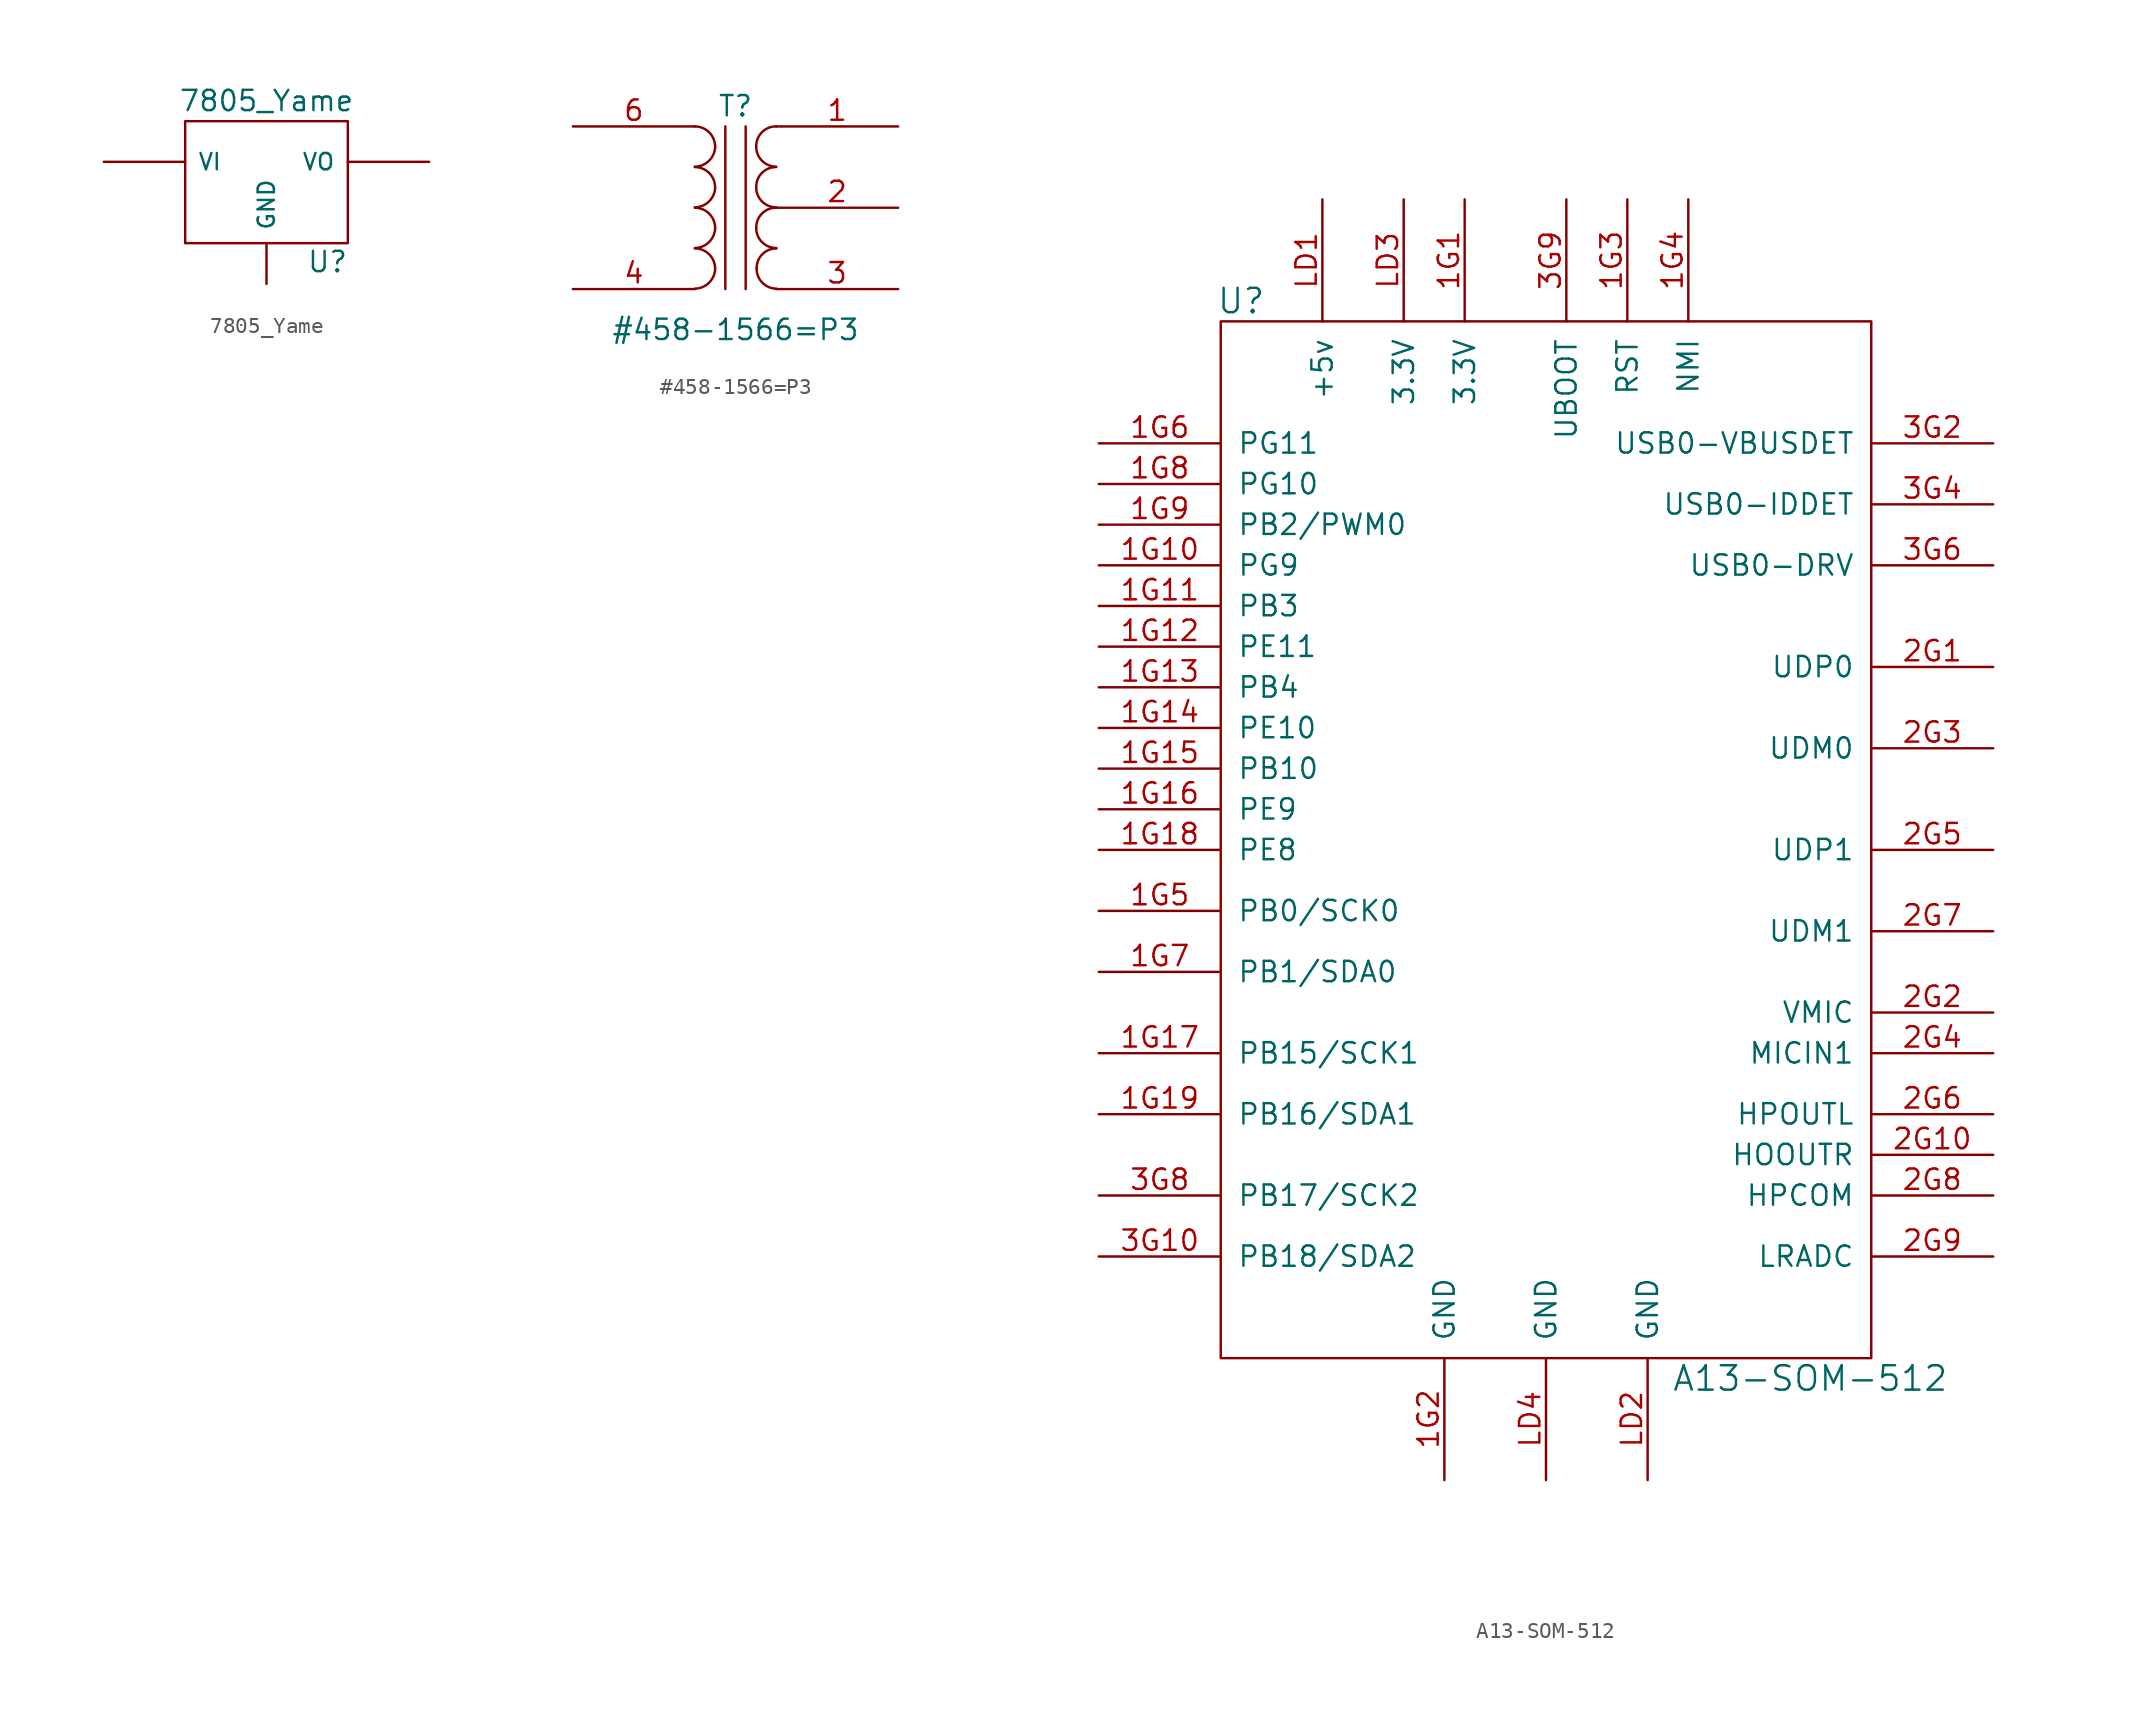
<source format=kicad_sym>
(kicad_symbol_lib
  (version 20211014)
  (generator kicad_symbol_editor)
  (symbol "7805_Yame"
    (pin_numbers hide)
    (pin_names
      (offset 0.762))
    (property "Reference" "U"
      (at 3.81 -4.978 0)
      (effects (font (size 1.27 1.27))))
    (property "Value" "7805_Yame"
      (at 0 5.08 0)
      (effects (font (size 1.27 1.27))))
    (property "Footprint" ""
      (at 0 0 0)
      (effects (font (size 1.27 1.27))))
    (property "Datasheet" ""
      (at 0 0 0)
      (effects (font (size 1.27 1.27))))
    (symbol "7805_Yame_0_1"
      (rectangle (start -5.08 -3.81) (end 5.08 3.81) (stroke (width 0) (type default) (color 0 0 0 0)) (fill (type none))))
    (symbol "7805_Yame_1_1"
      (pin input line (at -10.16 1.27 0) (length 5.08) (name "VI" (effects (font (size 1.016 1.016)))) (number "1" (effects (font (size 1.016 1.016)))))
      (pin input line (at 0 -6.35 90) (length 2.54) (name "GND" (effects (font (size 1.016 1.016)))) (number "2" (effects (font (size 1.016 1.016)))))
      (pin power_out line (at 10.16 1.27 180) (length 5.08) (name "VO" (effects (font (size 1.016 1.016)))) (number "3" (effects (font (size 1.016 1.016)))))))
  (symbol "#458-1566=P3"
    (pin_names
      (offset 1.016) hide)
    (property "Reference" "T"
      (at 0 6.35 0)
      (effects (font (size 1.27 1.27))))
    (property "Value" "#458-1566=P3"
      (at 0 -7.62 0)
      (effects (font (size 1.27 1.27))))
    (symbol "#458-1566=P3_0_1"
      (arc (start -2.54 -5.0546) (mid -1.6561 -4.6863) (end -1.27 -3.81) (stroke (width 0) (type default) (color 0 0 0 0)) (fill (type none)))
      (arc (start -2.54 -2.5146) (mid -1.6561 -2.1463) (end -1.27 -1.27) (stroke (width 0) (type default) (color 0 0 0 0)) (fill (type none)))
      (arc (start -2.54 0.0254) (mid -1.6561 0.3937) (end -1.27 1.27) (stroke (width 0) (type default) (color 0 0 0 0)) (fill (type none)))
      (arc (start -2.54 2.5654) (mid -1.6561 2.9337) (end -1.27 3.81) (stroke (width 0) (type default) (color 0 0 0 0)) (fill (type none)))
      (arc (start -1.27 -3.81) (mid -1.642 -2.912) (end -2.54 -2.54) (stroke (width 0) (type default) (color 0 0 0 0)) (fill (type none)))
      (arc (start -1.27 -1.27) (mid -1.642 -0.372) (end -2.54 0) (stroke (width 0) (type default) (color 0 0 0 0)) (fill (type none)))
      (arc (start -1.27 1.27) (mid -1.642 2.168) (end -2.54 2.54) (stroke (width 0) (type default) (color 0 0 0 0)) (fill (type none)))
      (arc (start -1.27 3.81) (mid -1.642 4.708) (end -2.54 5.08) (stroke (width 0) (type default) (color 0 0 0 0)) (fill (type none)))
      (polyline (pts (xy -0.635 5.08) (xy -0.635 -5.08)) (stroke (width 0) (type default) (color 0 0 0 0)) (fill (type none)))
      (polyline (pts (xy 0.635 -5.08) (xy 0.635 5.08)) (stroke (width 0) (type default) (color 0 0 0 0)) (fill (type none)))
      (arc (start 1.2954 -1.27) (mid 1.6599 -2.1501) (end 2.54 -2.5146) (stroke (width 0) (type default) (color 0 0 0 0)) (fill (type none)))
      (arc (start 1.2954 1.27) (mid 1.6599 0.3899) (end 2.54 0.0254) (stroke (width 0) (type default) (color 0 0 0 0)) (fill (type none)))
      (arc (start 1.2954 3.81) (mid 1.6599 2.9299) (end 2.54 2.5654) (stroke (width 0) (type default) (color 0 0 0 0)) (fill (type none)))
      (arc (start 1.3208 -3.81) (mid 1.6853 -4.6901) (end 2.5654 -5.0546) (stroke (width 0) (type default) (color 0 0 0 0)) (fill (type none)))
      (arc (start 2.54 0) (mid 1.6456 -0.3683) (end 1.2954 -1.27) (stroke (width 0) (type default) (color 0 0 0 0)) (fill (type none)))
      (arc (start 2.54 2.54) (mid 1.6456 2.1717) (end 1.2954 1.27) (stroke (width 0) (type default) (color 0 0 0 0)) (fill (type none)))
      (arc (start 2.54 5.08) (mid 1.6456 4.7117) (end 1.2954 3.81) (stroke (width 0) (type default) (color 0 0 0 0)) (fill (type none)))
      (arc (start 2.5654 -2.54) (mid 1.671 -2.9083) (end 1.3208 -3.81) (stroke (width 0) (type default) (color 0 0 0 0)) (fill (type none))))
    (symbol "#458-1566=P3_1_1"
      (pin passive line (at 10.16 5.08 180) (length 7.62) (name "SB" (effects (font (size 1.27 1.27)))) (number "1" (effects (font (size 1.27 1.27)))))
      (pin passive line (at 10.16 0 180) (length 7.62) (name "SC" (effects (font (size 1.27 1.27)))) (number "2" (effects (font (size 1.27 1.27)))))
      (pin passive line (at 10.16 -5.08 180) (length 7.62) (name "SA" (effects (font (size 1.27 1.27)))) (number "3" (effects (font (size 1.27 1.27)))))
      (pin passive line (at -10.16 -5.08 0) (length 7.62) (name "AB" (effects (font (size 1.27 1.27)))) (number "4" (effects (font (size 1.27 1.27)))))
      (pin passive line (at -10.16 5.08 0) (length 7.62) (name "AA" (effects (font (size 1.27 1.27)))) (number "6" (effects (font (size 1.27 1.27)))))))
  (symbol "A13-SOM-512"
    (pin_names
      (offset 1.016))
    (property "Reference" "U"
      (at -19.05 31.75 0)
      (effects (font (size 1.524 1.524))))
    (property "Value" "A13-SOM-512"
      (at 16.51 -35.56 0)
      (effects (font (size 1.524 1.524))))
    (property "Footprint" ""
      (at -22.86 -39.37 0)
      (effects (font (size 1.524 1.524))))
    (property "Datasheet" ""
      (at -22.86 -39.37 0)
      (effects (font (size 1.524 1.524))))
    (symbol "A13-SOM-512_0_1"
      (rectangle (start 20.32 -34.29) (end -20.32 30.48) (stroke (width 0) (type default) (color 0 0 0 0)) (fill (type none))))
    (symbol "A13-SOM-512_1_1"
      (pin input line (at -5.08 38.1 270) (length 7.62) (name "3.3V" (effects (font (size 1.27 1.27)))) (number "1G1" (effects (font (size 1.27 1.27)))))
      (pin input line (at -27.94 15.24 0) (length 7.62) (name "PG9" (effects (font (size 1.27 1.27)))) (number "1G10" (effects (font (size 1.27 1.27)))))
      (pin input line (at -27.94 12.7 0) (length 7.62) (name "PB3" (effects (font (size 1.27 1.27)))) (number "1G11" (effects (font (size 1.27 1.27)))))
      (pin input line (at -27.94 10.16 0) (length 7.62) (name "PE11" (effects (font (size 1.27 1.27)))) (number "1G12" (effects (font (size 1.27 1.27)))))
      (pin input line (at -27.94 7.62 0) (length 7.62) (name "PB4" (effects (font (size 1.27 1.27)))) (number "1G13" (effects (font (size 1.27 1.27)))))
      (pin input line (at -27.94 5.08 0) (length 7.62) (name "PE10" (effects (font (size 1.27 1.27)))) (number "1G14" (effects (font (size 1.27 1.27)))))
      (pin input line (at -27.94 2.54 0) (length 7.62) (name "PB10" (effects (font (size 1.27 1.27)))) (number "1G15" (effects (font (size 1.27 1.27)))))
      (pin input line (at -27.94 0 0) (length 7.62) (name "PE9" (effects (font (size 1.27 1.27)))) (number "1G16" (effects (font (size 1.27 1.27)))))
      (pin input line (at -27.94 -15.24 0) (length 7.62) (name "PB15/SCK1" (effects (font (size 1.27 1.27)))) (number "1G17" (effects (font (size 1.27 1.27)))))
      (pin input line (at -27.94 -2.54 0) (length 7.62) (name "PE8" (effects (font (size 1.27 1.27)))) (number "1G18" (effects (font (size 1.27 1.27)))))
      (pin input line (at -27.94 -19.05 0) (length 7.62) (name "PB16/SDA1" (effects (font (size 1.27 1.27)))) (number "1G19" (effects (font (size 1.27 1.27)))))
      (pin input line (at -6.35 -41.91 90) (length 7.62) (name "GND" (effects (font (size 1.27 1.27)))) (number "1G2" (effects (font (size 1.27 1.27)))))
      (pin input line (at 5.08 38.1 270) (length 7.62) (name "RST" (effects (font (size 1.27 1.27)))) (number "1G3" (effects (font (size 1.27 1.27)))))
      (pin input line (at 8.89 38.1 270) (length 7.62) (name "NMI" (effects (font (size 1.27 1.27)))) (number "1G4" (effects (font (size 1.27 1.27)))))
      (pin input line (at -27.94 -6.35 0) (length 7.62) (name "PB0/SCK0" (effects (font (size 1.27 1.27)))) (number "1G5" (effects (font (size 1.27 1.27)))))
      (pin input line (at -27.94 22.86 0) (length 7.62) (name "PG11" (effects (font (size 1.27 1.27)))) (number "1G6" (effects (font (size 1.27 1.27)))))
      (pin input line (at -27.94 -10.16 0) (length 7.62) (name "PB1/SDA0" (effects (font (size 1.27 1.27)))) (number "1G7" (effects (font (size 1.27 1.27)))))
      (pin input line (at -27.94 20.32 0) (length 7.62) (name "PG10" (effects (font (size 1.27 1.27)))) (number "1G8" (effects (font (size 1.27 1.27)))))
      (pin input line (at -27.94 17.78 0) (length 7.62) (name "PB2/PWM0" (effects (font (size 1.27 1.27)))) (number "1G9" (effects (font (size 1.27 1.27)))))
      (pin input line (at 27.94 8.89 180) (length 7.62) (name "UDP0" (effects (font (size 1.27 1.27)))) (number "2G1" (effects (font (size 1.27 1.27)))))
      (pin input line (at 27.94 -21.59 180) (length 7.62) (name "HOOUTR" (effects (font (size 1.27 1.27)))) (number "2G10" (effects (font (size 1.27 1.27)))))
      (pin input line (at 27.94 -12.7 180) (length 7.62) (name "VMIC" (effects (font (size 1.27 1.27)))) (number "2G2" (effects (font (size 1.27 1.27)))))
      (pin input line (at 27.94 3.81 180) (length 7.62) (name "UDM0" (effects (font (size 1.27 1.27)))) (number "2G3" (effects (font (size 1.27 1.27)))))
      (pin input line (at 27.94 -15.24 180) (length 7.62) (name "MICIN1" (effects (font (size 1.27 1.27)))) (number "2G4" (effects (font (size 1.27 1.27)))))
      (pin input line (at 27.94 -2.54 180) (length 7.62) (name "UDP1" (effects (font (size 1.27 1.27)))) (number "2G5" (effects (font (size 1.27 1.27)))))
      (pin input line (at 27.94 -19.05 180) (length 7.62) (name "HPOUTL" (effects (font (size 1.27 1.27)))) (number "2G6" (effects (font (size 1.27 1.27)))))
      (pin input line (at 27.94 -7.62 180) (length 7.62) (name "UDM1" (effects (font (size 1.27 1.27)))) (number "2G7" (effects (font (size 1.27 1.27)))))
      (pin input line (at 27.94 -24.13 180) (length 7.62) (name "HPCOM" (effects (font (size 1.27 1.27)))) (number "2G8" (effects (font (size 1.27 1.27)))))
      (pin input line (at 27.94 -27.94 180) (length 7.62) (name "LRADC" (effects (font (size 1.27 1.27)))) (number "2G9" (effects (font (size 1.27 1.27)))))
      (pin input line (at -27.94 -27.94 0) (length 7.62) (name "PB18/SDA2" (effects (font (size 1.27 1.27)))) (number "3G10" (effects (font (size 1.27 1.27)))))
      (pin input line (at 27.94 22.86 180) (length 7.62) (name "USB0-VBUSDET" (effects (font (size 1.27 1.27)))) (number "3G2" (effects (font (size 1.27 1.27)))))
      (pin input line (at 27.94 19.05 180) (length 7.62) (name "USB0-IDDET" (effects (font (size 1.27 1.27)))) (number "3G4" (effects (font (size 1.27 1.27)))))
      (pin input line (at 27.94 15.24 180) (length 7.62) (name "USB0-DRV" (effects (font (size 1.27 1.27)))) (number "3G6" (effects (font (size 1.27 1.27)))))
      (pin input line (at -27.94 -24.13 0) (length 7.62) (name "PB17/SCK2" (effects (font (size 1.27 1.27)))) (number "3G8" (effects (font (size 1.27 1.27)))))
      (pin input line (at 1.27 38.1 270) (length 7.62) (name "UBOOT" (effects (font (size 1.27 1.27)))) (number "3G9" (effects (font (size 1.27 1.27)))))
      (pin input line (at -13.97 38.1 270) (length 7.62) (name "+5v" (effects (font (size 1.27 1.27)))) (number "LD1" (effects (font (size 1.27 1.27)))))
      (pin input line (at 6.35 -41.91 90) (length 7.62) (name "GND" (effects (font (size 1.27 1.27)))) (number "LD2" (effects (font (size 1.27 1.27)))))
      (pin input line (at -8.89 38.1 270) (length 7.62) (name "3.3V" (effects (font (size 1.27 1.27)))) (number "LD3" (effects (font (size 1.27 1.27)))))
      (pin input line (at 0 -41.91 90) (length 7.62) (name "GND" (effects (font (size 1.27 1.27)))) (number "LD4" (effects (font (size 1.27 1.27))))))))
</source>
